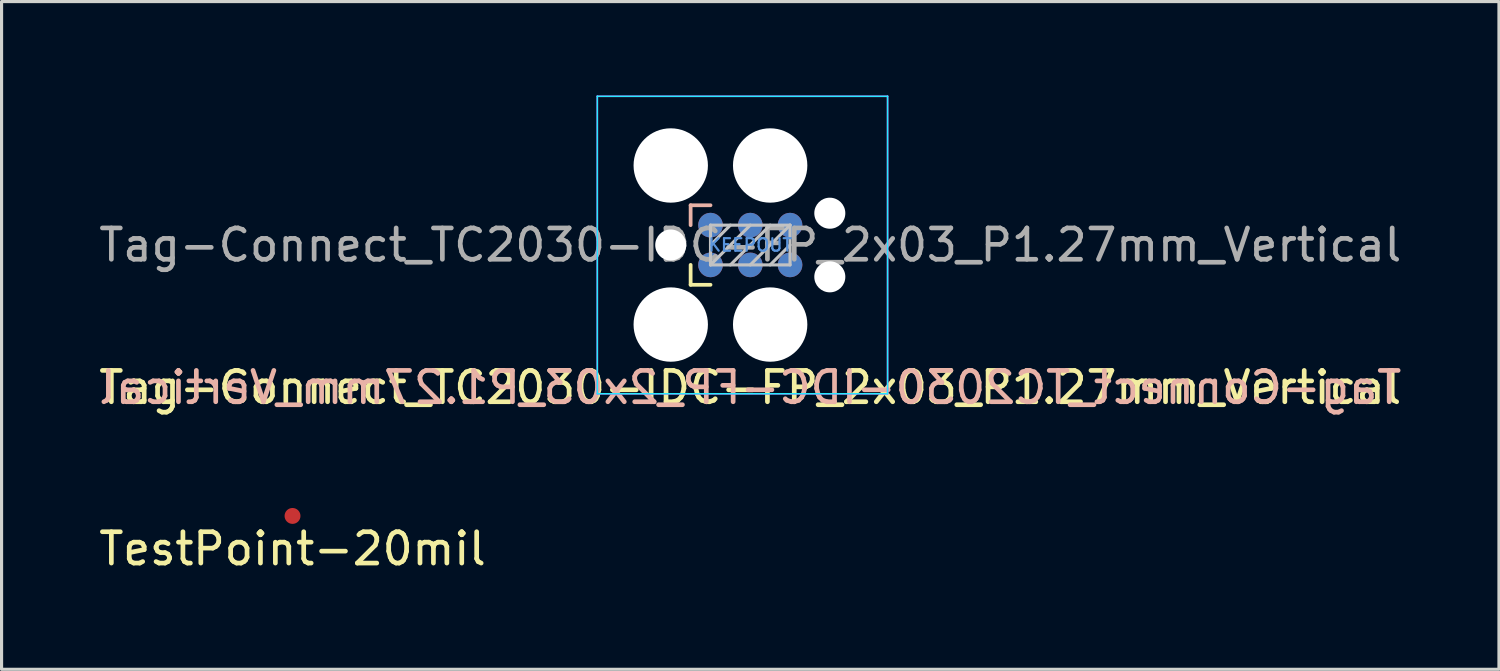
<source format=kicad_pcb>
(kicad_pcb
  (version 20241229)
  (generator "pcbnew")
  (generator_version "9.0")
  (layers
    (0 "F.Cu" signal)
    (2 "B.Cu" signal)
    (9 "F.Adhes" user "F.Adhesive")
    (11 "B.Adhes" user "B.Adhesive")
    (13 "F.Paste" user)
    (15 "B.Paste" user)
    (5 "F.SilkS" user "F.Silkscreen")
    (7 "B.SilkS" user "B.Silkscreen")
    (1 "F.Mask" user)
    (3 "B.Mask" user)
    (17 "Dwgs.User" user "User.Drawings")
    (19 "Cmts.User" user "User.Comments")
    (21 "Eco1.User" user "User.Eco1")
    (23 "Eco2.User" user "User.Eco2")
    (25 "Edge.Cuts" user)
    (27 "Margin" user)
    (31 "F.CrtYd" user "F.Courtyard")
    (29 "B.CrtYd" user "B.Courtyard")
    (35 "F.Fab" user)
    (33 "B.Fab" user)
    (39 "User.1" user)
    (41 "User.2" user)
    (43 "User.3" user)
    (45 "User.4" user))
  (footprint "TestPoint-20mil"
    (layer "F.Cu")
    (at 6.292 13.427)
    (property "Reference" "TestPoint-20mil" (at 0 1.05 0) (layer "F.SilkS") (effects (font (size 1 1) (thickness 0.15))))
    (attr through_hole)
    (pad "1" smd circle (at 0 0 270) (size 0.508 0.508) (layers "F.Cu" "F.Mask")))
  (footprint "Tag-Connect_TC2030-IDC-FP_2x03_P1.27mm_Vertical"
    (layer "F.Cu")
    (at 20.911 4.775)
    (property "Reference" "Tag-Connect_TC2030-IDC-FP_2x03_P1.27mm_Vertical" (at 0 4.55 0) (layer "F.SilkS") (effects (font (size 1 1) (thickness 0.15))))
    (attr exclude_from_pos_files exclude_from_bom)
    (fp_line (start -1.905 1.27) (end -1.905 0.635) (stroke (width 0.12) (type solid)) (layer "F.SilkS"))
    (fp_line (start -1.27 1.27) (end -1.905 1.27) (stroke (width 0.12) (type solid)) (layer "F.SilkS"))
    (fp_line (start -1.905 -1.27) (end -1.905 -0.635) (stroke (width 0.12) (type solid)) (layer "B.SilkS"))
    (fp_line (start -1.27 -1.27) (end -1.905 -1.27) (stroke (width 0.12) (type solid)) (layer "B.SilkS"))
    (fp_line (start -1.27 -0.635) (end 1.27 -0.635) (stroke (width 0.1) (type solid)) (layer "Dwgs.User"))
    (fp_line (start -1.27 0) (end -0.635 -0.635) (stroke (width 0.1) (type solid)) (layer "Dwgs.User"))
    (fp_line (start -1.27 0.635) (end -1.27 -0.635) (stroke (width 0.1) (type solid)) (layer "Dwgs.User"))
    (fp_line (start -1.27 0.635) (end 0 -0.635) (stroke (width 0.1) (type solid)) (layer "Dwgs.User"))
    (fp_line (start -0.635 0.635) (end 0.635 -0.635) (stroke (width 0.1) (type solid)) (layer "Dwgs.User"))
    (fp_line (start 0 0.635) (end 1.27 -0.635) (stroke (width 0.1) (type solid)) (layer "Dwgs.User"))
    (fp_line (start 0.635 0.635) (end 1.27 0) (stroke (width 0.1) (type solid)) (layer "Dwgs.User"))
    (fp_line (start 1.27 -0.635) (end 1.27 0.635) (stroke (width 0.1) (type solid)) (layer "Dwgs.User"))
    (fp_line (start 1.27 0.635) (end -1.27 0.635) (stroke (width 0.1) (type solid)) (layer "Dwgs.User"))
    (fp_line (start -4.885 -4.75) (end -4.885 4.75) (stroke (width 0.05) (type solid)) (layer "B.CrtYd"))
    (fp_line (start -4.885 4.75) (end 4.385 4.75) (stroke (width 0.05) (type solid)) (layer "B.CrtYd"))
    (fp_line (start 4.385 -4.75) (end -4.885 -4.75) (stroke (width 0.05) (type solid)) (layer "B.CrtYd"))
    (fp_line (start 4.385 4.75) (end 4.385 -4.75) (stroke (width 0.05) (type solid)) (layer "B.CrtYd"))
    (fp_line (start -4.885 -4.75) (end 4.385 -4.75) (stroke (width 0.05) (type solid)) (layer "F.CrtYd"))
    (fp_line (start -4.885 4.75) (end -4.885 -4.75) (stroke (width 0.05) (type solid)) (layer "F.CrtYd"))
    (fp_line (start 4.385 -4.75) (end 4.385 4.75) (stroke (width 0.05) (type solid)) (layer "F.CrtYd"))
    (fp_line (start 4.385 4.75) (end -4.885 4.75) (stroke (width 0.05) (type solid)) (layer "F.CrtYd"))
    (fp_text user "${REFERENCE}" (at 0 4.55 0) (layer "B.SilkS") (effects (font (size 1 1) (thickness 0.15)) (justify mirror)))
    (fp_text user "KEEPOUT" (at 0 0 0) (layer "Cmts.User") (effects (font (size 0.4 0.4) (thickness 0.07))))
    (fp_text user "${REFERENCE}" (at 0 0 0) (layer "F.Fab") (effects (font (size 1 1) (thickness 0.15))))
    (pad "" np_thru_hole circle (at -2.54 -2.54) (size 2.375 2.375) (drill 2.375) (layers "*.Cu" "*.Mask"))
    (pad "" np_thru_hole circle (at -2.54 0) (size 0.991 0.991) (drill 0.991) (layers "*.Cu" "*.Mask"))
    (pad "" np_thru_hole circle (at -2.54 2.54) (size 2.375 2.375) (drill 2.375) (layers "*.Cu" "*.Mask"))
    (pad "" np_thru_hole circle (at 0.635 -2.54) (size 2.375 2.375) (drill 2.375) (layers "*.Cu" "*.Mask"))
    (pad "" np_thru_hole circle (at 0.635 2.54) (size 2.375 2.375) (drill 2.375) (layers "*.Cu" "*.Mask"))
    (pad "" np_thru_hole circle (at 2.54 -1.016) (size 0.991 0.991) (drill 0.991) (layers "*.Cu" "*.Mask"))
    (pad "" np_thru_hole circle (at 2.54 1.016) (size 0.991 0.991) (drill 0.991) (layers "*.Cu" "*.Mask"))
    (pad "1" connect circle (at -1.27 -0.635) (size 0.787 0.787) (layers "B.Cu" "B.Mask"))
    (pad "1" connect circle (at -1.27 0.635) (size 0.787 0.787) (layers "F.Cu" "F.Mask"))
    (pad "2" connect circle (at -1.27 -0.635) (size 0.787 0.787) (layers "F.Cu" "F.Mask"))
    (pad "2" connect circle (at -1.27 0.635) (size 0.787 0.787) (layers "B.Cu" "B.Mask"))
    (pad "3" connect circle (at 0 -0.635) (size 0.787 0.787) (layers "B.Cu" "B.Mask"))
    (pad "3" connect circle (at 0 0.635) (size 0.787 0.787) (layers "F.Cu" "F.Mask"))
    (pad "4" connect circle (at 0 -0.635) (size 0.787 0.787) (layers "F.Cu" "F.Mask"))
    (pad "4" connect circle (at 0 0.635) (size 0.787 0.787) (layers "B.Cu" "B.Mask"))
    (pad "5" connect circle (at 1.27 -0.635) (size 0.787 0.787) (layers "B.Cu" "B.Mask"))
    (pad "5" connect circle (at 1.27 0.635) (size 0.787 0.787) (layers "F.Cu" "F.Mask"))
    (pad "6" connect circle (at 1.27 -0.635) (size 0.787 0.787) (layers "F.Cu" "F.Mask"))
    (pad "6" connect circle (at 1.27 0.635) (size 0.787 0.787) (layers "B.Cu" "B.Mask")))
  (gr_rect
    (start -3 -3)
    (end 44.821 18.326)
    (stroke (width 0.1) (type default))
    (fill no)
    (layer "Edge.Cuts")))
</source>
